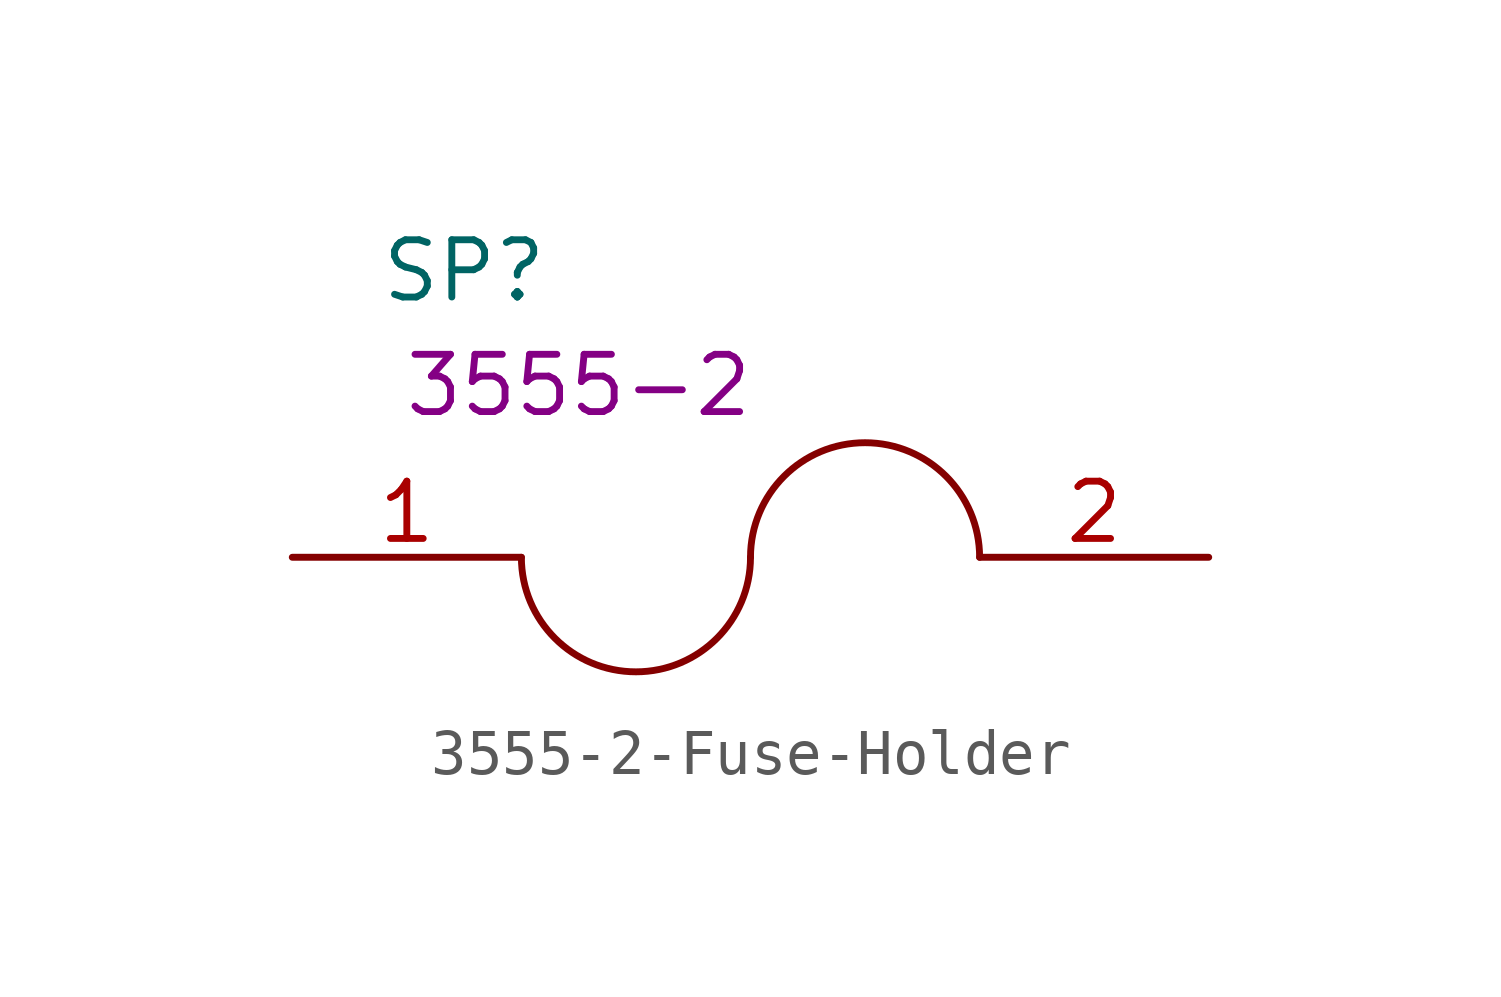
<source format=kicad_sym>
(kicad_symbol_lib
  (version 20231120)
  (generator "kicad_symbol_editor")
  (generator_version "8.0")
  (symbol "3555-2-Fuse-Holder"
    (pin_names
      (offset 1.016))
    (property "Reference" "SP"
      (at -6.35 6.35 0)
      (effects (font (size 1.27 1.27))))
    (property "_Value_" "3555-2"
      (at -3.81 3.81 0)
      (effects (font (size 1.27 1.27))))
    (symbol "3555-2-Fuse-Holder_0_1"
      (arc (start -5.08 0) (mid -2.54 -2.529) (end 0 0) (stroke (width 0) (type default)) (fill (type none)))
      (arc (start 5.08 0) (mid 2.54 2.529) (end 0 0) (stroke (width 0) (type default)) (fill (type none))))
    (symbol "3555-2-Fuse-Holder_1_1"
      (pin passive line (at -10.16 0 0) (length 5.08) (name "~" (effects (font (size 1.27 1.27)))) (number "1" (effects (font (size 1.27 1.27)))))
      (pin passive line (at 10.16 0 180) (length 5.08) (name "~" (effects (font (size 1.27 1.27)))) (number "2" (effects (font (size 1.27 1.27))))))))
</source>
